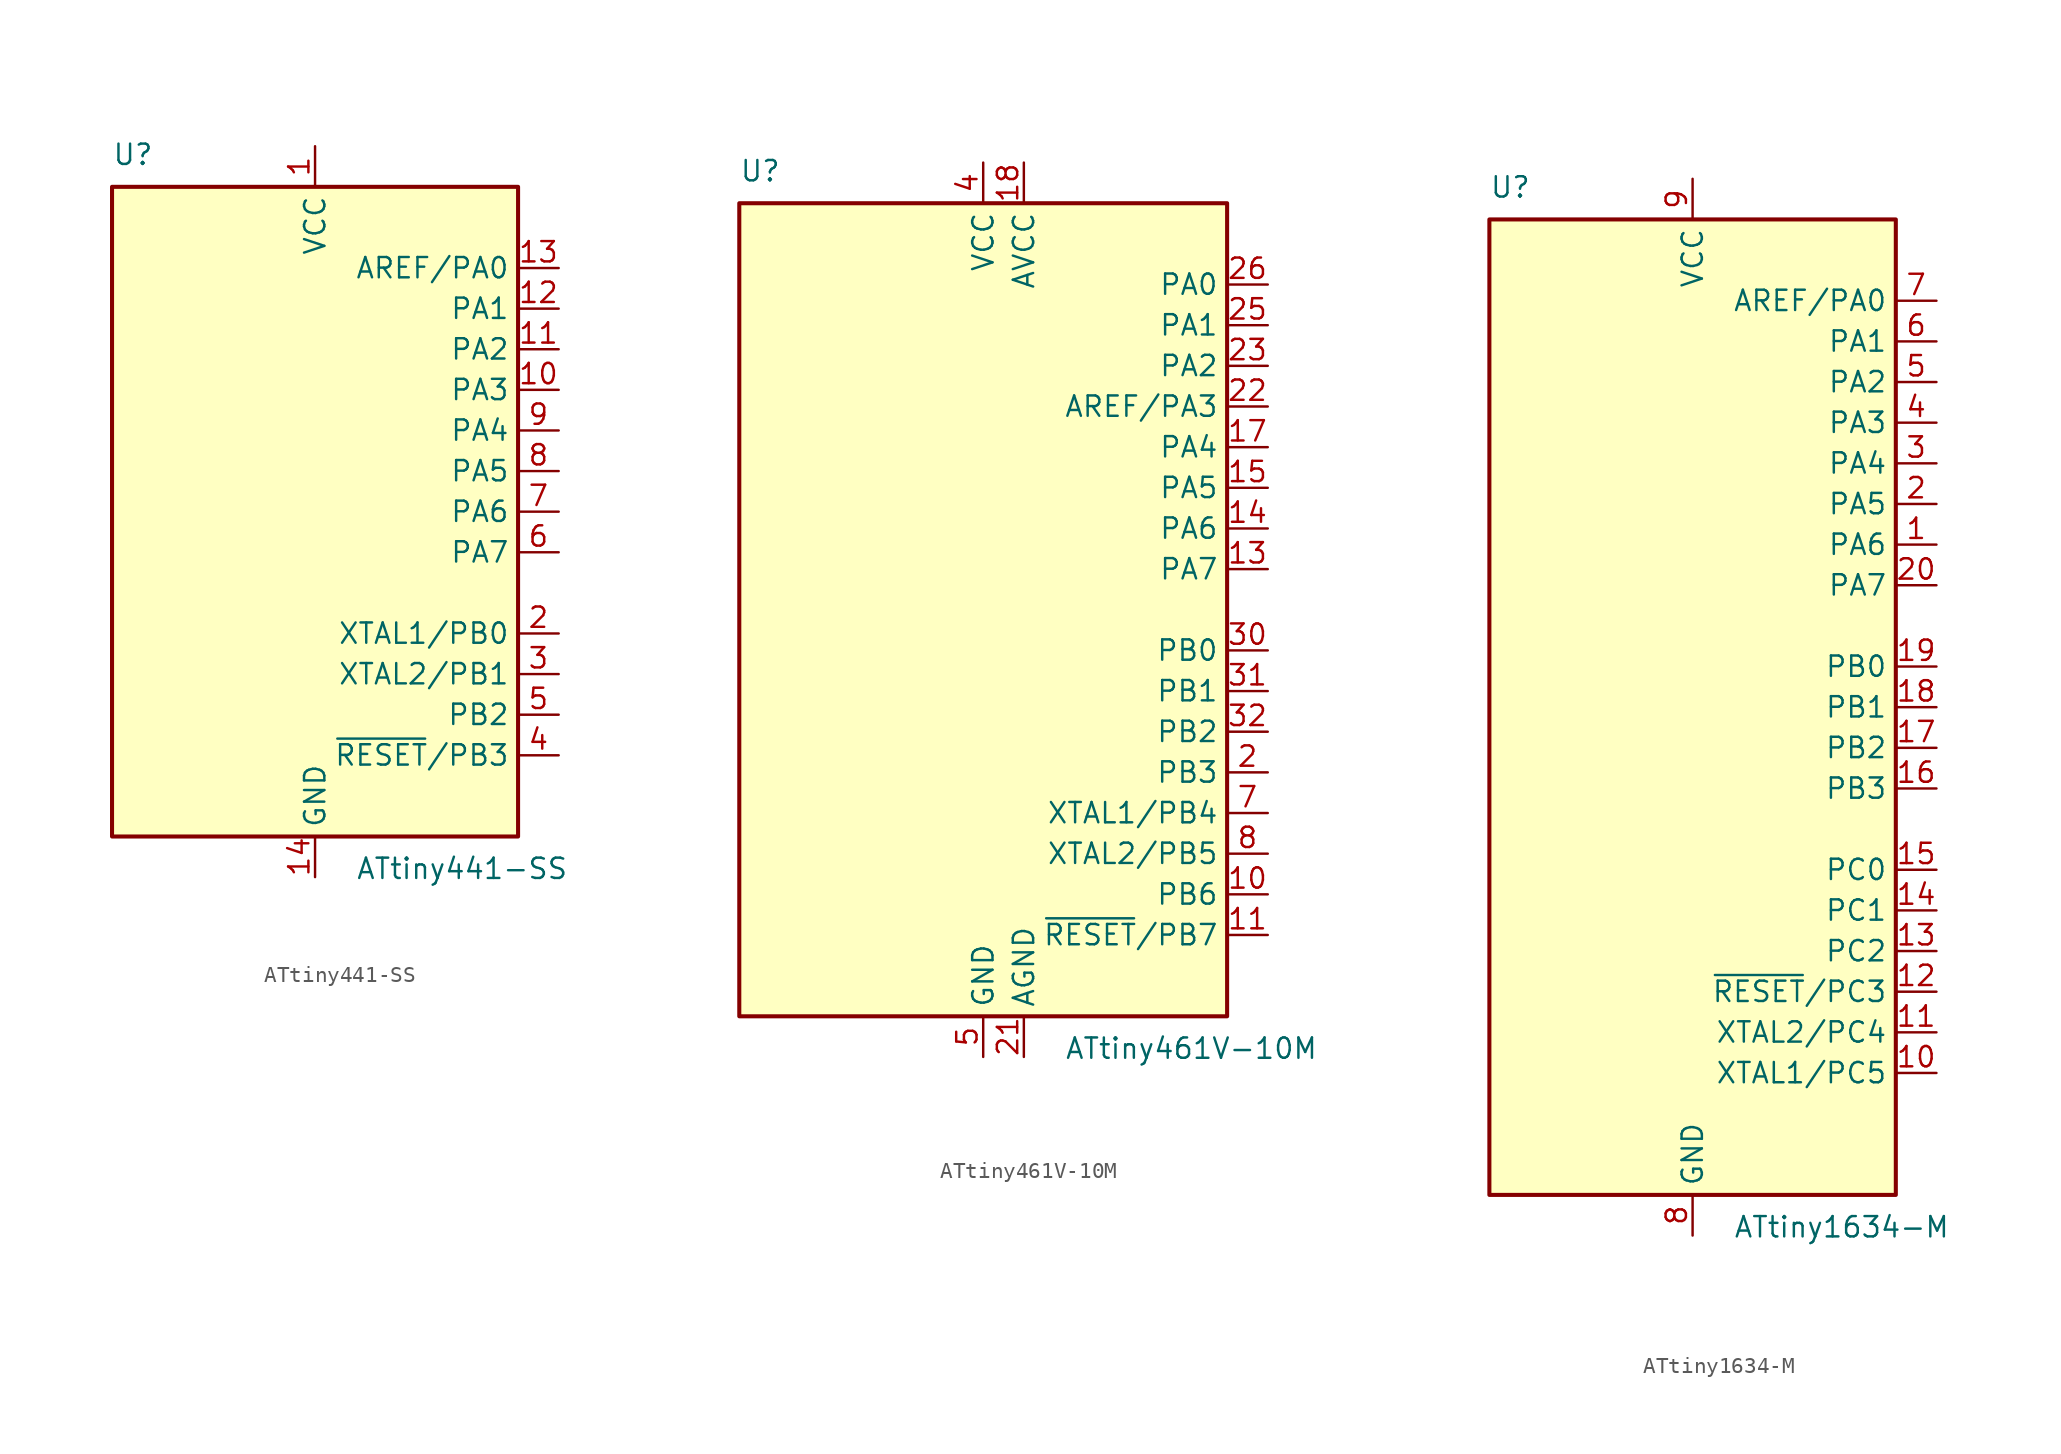
<source format=kicad_sym>
(kicad_symbol_lib
  (version 20201005)
  (generator kicad_symbol_editor)
  (symbol "MCU_Microchip_ATtiny:ATtiny441-SS"
    (property "Reference" "U"
      (at -12.7 21.59 0)
      (effects (font (size 1.27 1.27)) (justify left bottom)))
    (property "Value" "ATtiny441-SS"
      (at 2.54 -21.59 0)
      (effects (font (size 1.27 1.27)) (justify left top)))
    (symbol "ATtiny441-SS_0_1"
      (rectangle (start -12.7 -20.32) (end 12.7 20.32) (stroke (width 0.254)) (fill (type background))))
    (symbol "ATtiny441-SS_1_1"
      (pin power_in line (at 0 22.86 270) (length 2.54) (name "VCC" (effects (font (size 1.27 1.27)))) (number "1" (effects (font (size 1.27 1.27)))))
      (pin bidirectional line (at 15.24 7.62 180) (length 2.54) (name "PA3" (effects (font (size 1.27 1.27)))) (number "10" (effects (font (size 1.27 1.27)))))
      (pin bidirectional line (at 15.24 10.16 180) (length 2.54) (name "PA2" (effects (font (size 1.27 1.27)))) (number "11" (effects (font (size 1.27 1.27)))))
      (pin bidirectional line (at 15.24 12.7 180) (length 2.54) (name "PA1" (effects (font (size 1.27 1.27)))) (number "12" (effects (font (size 1.27 1.27)))))
      (pin bidirectional line (at 15.24 15.24 180) (length 2.54) (name "AREF/PA0" (effects (font (size 1.27 1.27)))) (number "13" (effects (font (size 1.27 1.27)))))
      (pin power_in line (at 0 -22.86 90) (length 2.54) (name "GND" (effects (font (size 1.27 1.27)))) (number "14" (effects (font (size 1.27 1.27)))))
      (pin bidirectional line (at 15.24 -7.62 180) (length 2.54) (name "XTAL1/PB0" (effects (font (size 1.27 1.27)))) (number "2" (effects (font (size 1.27 1.27)))))
      (pin bidirectional line (at 15.24 -10.16 180) (length 2.54) (name "XTAL2/PB1" (effects (font (size 1.27 1.27)))) (number "3" (effects (font (size 1.27 1.27)))))
      (pin bidirectional line (at 15.24 -15.24 180) (length 2.54) (name "~RESET~/PB3" (effects (font (size 1.27 1.27)))) (number "4" (effects (font (size 1.27 1.27)))))
      (pin bidirectional line (at 15.24 -12.7 180) (length 2.54) (name "PB2" (effects (font (size 1.27 1.27)))) (number "5" (effects (font (size 1.27 1.27)))))
      (pin bidirectional line (at 15.24 -2.54 180) (length 2.54) (name "PA7" (effects (font (size 1.27 1.27)))) (number "6" (effects (font (size 1.27 1.27)))))
      (pin bidirectional line (at 15.24 0 180) (length 2.54) (name "PA6" (effects (font (size 1.27 1.27)))) (number "7" (effects (font (size 1.27 1.27)))))
      (pin bidirectional line (at 15.24 2.54 180) (length 2.54) (name "PA5" (effects (font (size 1.27 1.27)))) (number "8" (effects (font (size 1.27 1.27)))))
      (pin bidirectional line (at 15.24 5.08 180) (length 2.54) (name "PA4" (effects (font (size 1.27 1.27)))) (number "9" (effects (font (size 1.27 1.27)))))))
  (symbol "MCU_Microchip_ATtiny:ATtiny461V-10M"
    (property "Reference" "U"
      (at -15.24 26.67 0)
      (effects (font (size 1.27 1.27)) (justify left bottom)))
    (property "Value" "ATtiny461V-10M"
      (at 5.08 -26.67 0)
      (effects (font (size 1.27 1.27)) (justify left top)))
    (symbol "ATtiny461V-10M_0_1"
      (rectangle (start -15.24 -25.4) (end 15.24 25.4) (stroke (width 0.254)) (fill (type background))))
    (symbol "ATtiny461V-10M_1_1"
      (pin no_connect line (at -15.24 5.08 0) (length 2.54) hide (name "NC" (effects (font (size 1.27 1.27)))) (number "1" (effects (font (size 1.27 1.27)))))
      (pin bidirectional line (at 17.78 -17.78 180) (length 2.54) (name "PB6" (effects (font (size 1.27 1.27)))) (number "10" (effects (font (size 1.27 1.27)))))
      (pin bidirectional line (at 17.78 -20.32 180) (length 2.54) (name "~RESET~/PB7" (effects (font (size 1.27 1.27)))) (number "11" (effects (font (size 1.27 1.27)))))
      (pin no_connect line (at -15.24 -5.08 0) (length 2.54) hide (name "NC" (effects (font (size 1.27 1.27)))) (number "12" (effects (font (size 1.27 1.27)))))
      (pin bidirectional line (at 17.78 2.54 180) (length 2.54) (name "PA7" (effects (font (size 1.27 1.27)))) (number "13" (effects (font (size 1.27 1.27)))))
      (pin bidirectional line (at 17.78 5.08 180) (length 2.54) (name "PA6" (effects (font (size 1.27 1.27)))) (number "14" (effects (font (size 1.27 1.27)))))
      (pin bidirectional line (at 17.78 7.62 180) (length 2.54) (name "PA5" (effects (font (size 1.27 1.27)))) (number "15" (effects (font (size 1.27 1.27)))))
      (pin no_connect line (at -15.24 -7.62 0) (length 2.54) hide (name "NC" (effects (font (size 1.27 1.27)))) (number "16" (effects (font (size 1.27 1.27)))))
      (pin bidirectional line (at 17.78 10.16 180) (length 2.54) (name "PA4" (effects (font (size 1.27 1.27)))) (number "17" (effects (font (size 1.27 1.27)))))
      (pin power_in line (at 2.54 27.94 270) (length 2.54) (name "AVCC" (effects (font (size 1.27 1.27)))) (number "18" (effects (font (size 1.27 1.27)))))
      (pin no_connect line (at -15.24 -10.16 0) (length 2.54) hide (name "NC" (effects (font (size 1.27 1.27)))) (number "19" (effects (font (size 1.27 1.27)))))
      (pin bidirectional line (at 17.78 -10.16 180) (length 2.54) (name "PB3" (effects (font (size 1.27 1.27)))) (number "2" (effects (font (size 1.27 1.27)))))
      (pin no_connect line (at -15.24 -12.7 0) (length 2.54) hide (name "NC" (effects (font (size 1.27 1.27)))) (number "20" (effects (font (size 1.27 1.27)))))
      (pin power_in line (at 2.54 -27.94 90) (length 2.54) (name "AGND" (effects (font (size 1.27 1.27)))) (number "21" (effects (font (size 1.27 1.27)))))
      (pin bidirectional line (at 17.78 12.7 180) (length 2.54) (name "AREF/PA3" (effects (font (size 1.27 1.27)))) (number "22" (effects (font (size 1.27 1.27)))))
      (pin bidirectional line (at 17.78 15.24 180) (length 2.54) (name "PA2" (effects (font (size 1.27 1.27)))) (number "23" (effects (font (size 1.27 1.27)))))
      (pin no_connect line (at -15.24 -15.24 0) (length 2.54) hide (name "NC" (effects (font (size 1.27 1.27)))) (number "24" (effects (font (size 1.27 1.27)))))
      (pin bidirectional line (at 17.78 17.78 180) (length 2.54) (name "PA1" (effects (font (size 1.27 1.27)))) (number "25" (effects (font (size 1.27 1.27)))))
      (pin bidirectional line (at 17.78 20.32 180) (length 2.54) (name "PA0" (effects (font (size 1.27 1.27)))) (number "26" (effects (font (size 1.27 1.27)))))
      (pin no_connect line (at -15.24 -17.78 0) (length 2.54) hide (name "NC" (effects (font (size 1.27 1.27)))) (number "27" (effects (font (size 1.27 1.27)))))
      (pin no_connect line (at -15.24 -20.32 0) (length 2.54) hide (name "NC" (effects (font (size 1.27 1.27)))) (number "28" (effects (font (size 1.27 1.27)))))
      (pin no_connect line (at -15.24 -22.86 0) (length 2.54) hide (name "NC" (effects (font (size 1.27 1.27)))) (number "29" (effects (font (size 1.27 1.27)))))
      (pin no_connect line (at -15.24 2.54 0) (length 2.54) hide (name "NC" (effects (font (size 1.27 1.27)))) (number "3" (effects (font (size 1.27 1.27)))))
      (pin bidirectional line (at 17.78 -2.54 180) (length 2.54) (name "PB0" (effects (font (size 1.27 1.27)))) (number "30" (effects (font (size 1.27 1.27)))))
      (pin bidirectional line (at 17.78 -5.08 180) (length 2.54) (name "PB1" (effects (font (size 1.27 1.27)))) (number "31" (effects (font (size 1.27 1.27)))))
      (pin bidirectional line (at 17.78 -7.62 180) (length 2.54) (name "PB2" (effects (font (size 1.27 1.27)))) (number "32" (effects (font (size 1.27 1.27)))))
      (pin passive line (at 0 -27.94 90) (length 2.54) hide (name "GND" (effects (font (size 1.27 1.27)))) (number "33" (effects (font (size 1.27 1.27)))))
      (pin power_in line (at 0 27.94 270) (length 2.54) (name "VCC" (effects (font (size 1.27 1.27)))) (number "4" (effects (font (size 1.27 1.27)))))
      (pin power_in line (at 0 -27.94 90) (length 2.54) (name "GND" (effects (font (size 1.27 1.27)))) (number "5" (effects (font (size 1.27 1.27)))))
      (pin no_connect line (at -15.24 0 0) (length 2.54) hide (name "NC" (effects (font (size 1.27 1.27)))) (number "6" (effects (font (size 1.27 1.27)))))
      (pin bidirectional line (at 17.78 -12.7 180) (length 2.54) (name "XTAL1/PB4" (effects (font (size 1.27 1.27)))) (number "7" (effects (font (size 1.27 1.27)))))
      (pin bidirectional line (at 17.78 -15.24 180) (length 2.54) (name "XTAL2/PB5" (effects (font (size 1.27 1.27)))) (number "8" (effects (font (size 1.27 1.27)))))
      (pin no_connect line (at -15.24 -2.54 0) (length 2.54) hide (name "NC" (effects (font (size 1.27 1.27)))) (number "9" (effects (font (size 1.27 1.27)))))))
  (symbol "MCU_Microchip_ATtiny:ATtiny1634-M"
    (property "Reference" "U"
      (at -12.7 31.75 0)
      (effects (font (size 1.27 1.27)) (justify left bottom)))
    (property "Value" "ATtiny1634-M"
      (at 2.54 -31.75 0)
      (effects (font (size 1.27 1.27)) (justify left top)))
    (symbol "ATtiny1634-M_0_1"
      (rectangle (start -12.7 -30.48) (end 12.7 30.48) (stroke (width 0.254)) (fill (type background))))
    (symbol "ATtiny1634-M_1_1"
      (pin bidirectional line (at 15.24 10.16 180) (length 2.54) (name "PA6" (effects (font (size 1.27 1.27)))) (number "1" (effects (font (size 1.27 1.27)))))
      (pin bidirectional line (at 15.24 -22.86 180) (length 2.54) (name "XTAL1/PC5" (effects (font (size 1.27 1.27)))) (number "10" (effects (font (size 1.27 1.27)))))
      (pin bidirectional line (at 15.24 -20.32 180) (length 2.54) (name "XTAL2/PC4" (effects (font (size 1.27 1.27)))) (number "11" (effects (font (size 1.27 1.27)))))
      (pin bidirectional line (at 15.24 -17.78 180) (length 2.54) (name "~RESET~/PC3" (effects (font (size 1.27 1.27)))) (number "12" (effects (font (size 1.27 1.27)))))
      (pin bidirectional line (at 15.24 -15.24 180) (length 2.54) (name "PC2" (effects (font (size 1.27 1.27)))) (number "13" (effects (font (size 1.27 1.27)))))
      (pin bidirectional line (at 15.24 -12.7 180) (length 2.54) (name "PC1" (effects (font (size 1.27 1.27)))) (number "14" (effects (font (size 1.27 1.27)))))
      (pin bidirectional line (at 15.24 -10.16 180) (length 2.54) (name "PC0" (effects (font (size 1.27 1.27)))) (number "15" (effects (font (size 1.27 1.27)))))
      (pin bidirectional line (at 15.24 -5.08 180) (length 2.54) (name "PB3" (effects (font (size 1.27 1.27)))) (number "16" (effects (font (size 1.27 1.27)))))
      (pin bidirectional line (at 15.24 -2.54 180) (length 2.54) (name "PB2" (effects (font (size 1.27 1.27)))) (number "17" (effects (font (size 1.27 1.27)))))
      (pin bidirectional line (at 15.24 0 180) (length 2.54) (name "PB1" (effects (font (size 1.27 1.27)))) (number "18" (effects (font (size 1.27 1.27)))))
      (pin bidirectional line (at 15.24 2.54 180) (length 2.54) (name "PB0" (effects (font (size 1.27 1.27)))) (number "19" (effects (font (size 1.27 1.27)))))
      (pin bidirectional line (at 15.24 12.7 180) (length 2.54) (name "PA5" (effects (font (size 1.27 1.27)))) (number "2" (effects (font (size 1.27 1.27)))))
      (pin bidirectional line (at 15.24 7.62 180) (length 2.54) (name "PA7" (effects (font (size 1.27 1.27)))) (number "20" (effects (font (size 1.27 1.27)))))
      (pin passive line (at 0 -33.02 90) (length 2.54) hide (name "GND" (effects (font (size 1.27 1.27)))) (number "21" (effects (font (size 1.27 1.27)))))
      (pin bidirectional line (at 15.24 15.24 180) (length 2.54) (name "PA4" (effects (font (size 1.27 1.27)))) (number "3" (effects (font (size 1.27 1.27)))))
      (pin bidirectional line (at 15.24 17.78 180) (length 2.54) (name "PA3" (effects (font (size 1.27 1.27)))) (number "4" (effects (font (size 1.27 1.27)))))
      (pin bidirectional line (at 15.24 20.32 180) (length 2.54) (name "PA2" (effects (font (size 1.27 1.27)))) (number "5" (effects (font (size 1.27 1.27)))))
      (pin bidirectional line (at 15.24 22.86 180) (length 2.54) (name "PA1" (effects (font (size 1.27 1.27)))) (number "6" (effects (font (size 1.27 1.27)))))
      (pin bidirectional line (at 15.24 25.4 180) (length 2.54) (name "AREF/PA0" (effects (font (size 1.27 1.27)))) (number "7" (effects (font (size 1.27 1.27)))))
      (pin power_in line (at 0 -33.02 90) (length 2.54) (name "GND" (effects (font (size 1.27 1.27)))) (number "8" (effects (font (size 1.27 1.27)))))
      (pin power_in line (at 0 33.02 270) (length 2.54) (name "VCC" (effects (font (size 1.27 1.27)))) (number "9" (effects (font (size 1.27 1.27))))))))
</source>
